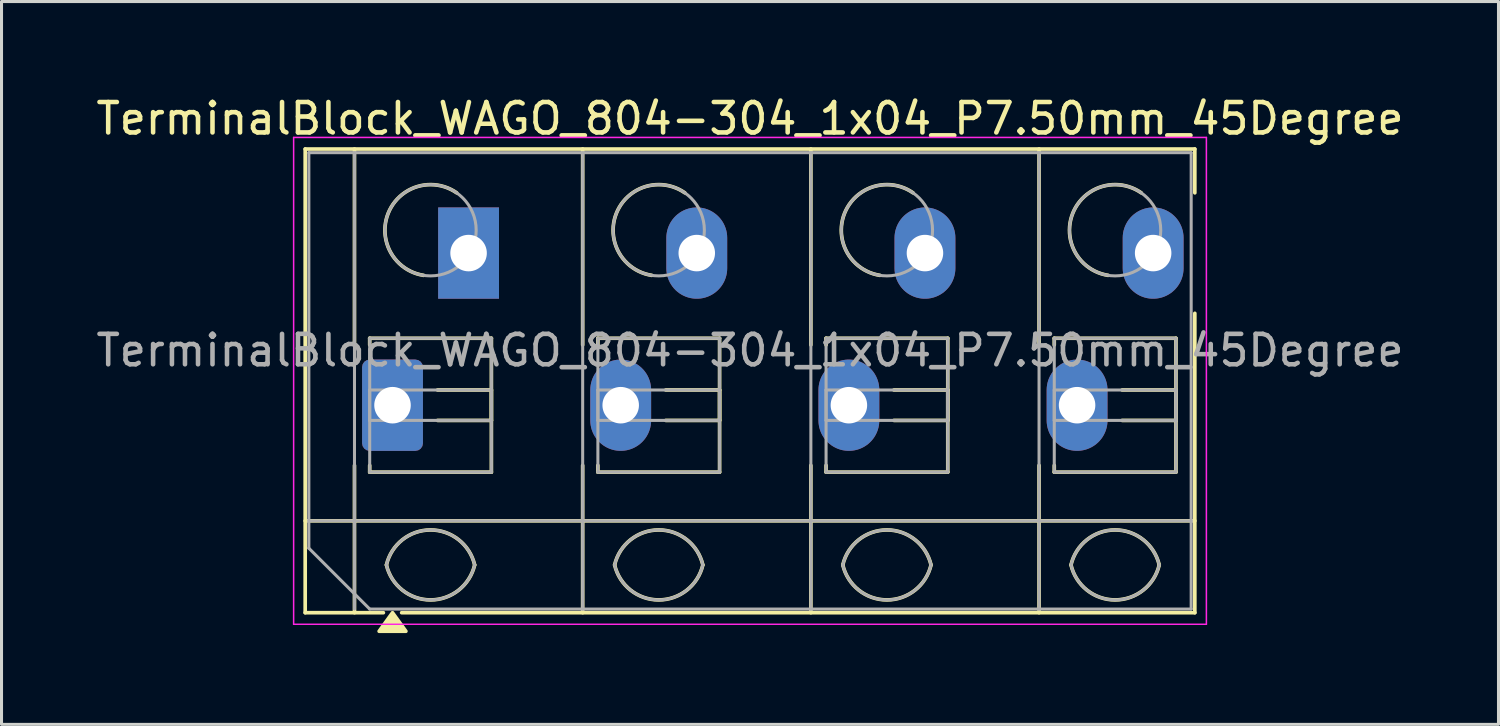
<source format=kicad_pcb>
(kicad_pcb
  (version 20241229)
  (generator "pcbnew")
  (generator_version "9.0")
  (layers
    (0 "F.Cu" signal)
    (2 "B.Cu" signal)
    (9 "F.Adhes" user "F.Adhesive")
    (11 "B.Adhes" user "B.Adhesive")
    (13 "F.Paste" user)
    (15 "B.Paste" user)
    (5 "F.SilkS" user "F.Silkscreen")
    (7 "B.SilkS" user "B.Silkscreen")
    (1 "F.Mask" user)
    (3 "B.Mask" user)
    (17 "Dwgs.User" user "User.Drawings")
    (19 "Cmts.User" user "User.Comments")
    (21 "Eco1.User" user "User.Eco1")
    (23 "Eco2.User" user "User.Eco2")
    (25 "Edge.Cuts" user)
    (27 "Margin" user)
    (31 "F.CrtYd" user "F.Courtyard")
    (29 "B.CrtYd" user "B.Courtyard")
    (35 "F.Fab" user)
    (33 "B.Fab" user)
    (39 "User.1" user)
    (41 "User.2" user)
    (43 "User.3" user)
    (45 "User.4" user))
  (footprint "TerminalBlock_WAGO_804-304_1x04_P7.50mm_45Degree"
    (layer "F.Cu")
    (at 9.851 10.268)
    (property "Reference" "TerminalBlock_WAGO_804-304_1x04_P7.50mm_45Degree" (at 11.75 -9.42 0) (layer "F.SilkS") (effects (font (size 1 1) (thickness 0.15))))
    (attr through_hole)
    (fp_line (start -2.87 -8.42) (end -2.87 6.82) (stroke (width 0.12) (type solid)) (layer "F.SilkS"))
    (fp_line (start -2.87 -8.42) (end 26.37 -8.42) (stroke (width 0.12) (type solid)) (layer "F.SilkS"))
    (fp_line (start -2.87 3.8) (end 26.37 3.8) (stroke (width 0.12) (type solid)) (layer "F.SilkS"))
    (fp_line (start -2.87 6.82) (end -0.3 6.82) (stroke (width 0.12) (type solid)) (layer "F.SilkS"))
    (fp_line (start -1.25 -8.42) (end -1.25 -1.98) (stroke (width 0.12) (type solid)) (layer "F.SilkS"))
    (fp_line (start -1.25 1.98) (end -1.25 6.82) (stroke (width 0.12) (type solid)) (layer "F.SilkS"))
    (fp_line (start -0.75 -2.2) (end -0.75 -1.98) (stroke (width 0.12) (type solid)) (layer "F.SilkS"))
    (fp_line (start -0.75 -2.2) (end 3.25 -2.2) (stroke (width 0.12) (type solid)) (layer "F.SilkS"))
    (fp_line (start -0.75 1.98) (end -0.75 2.2) (stroke (width 0.12) (type solid)) (layer "F.SilkS"))
    (fp_line (start -0.75 2.2) (end 3.25 2.2) (stroke (width 0.12) (type solid)) (layer "F.SilkS"))
    (fp_line (start 0.3 6.82) (end 26.37 6.82) (stroke (width 0.12) (type solid)) (layer "F.SilkS"))
    (fp_line (start 1.48 -0.5) (end 3.25 -0.5) (stroke (width 0.12) (type solid)) (layer "F.SilkS"))
    (fp_line (start 1.48 0.5) (end 3.25 0.5) (stroke (width 0.12) (type solid)) (layer "F.SilkS"))
    (fp_line (start 3.25 -2.2) (end 3.25 2.2) (stroke (width 0.12) (type solid)) (layer "F.SilkS"))
    (fp_line (start 3.25 -0.5) (end 3.25 0.5) (stroke (width 0.12) (type solid)) (layer "F.SilkS"))
    (fp_line (start 6.25 -8.42) (end 6.25 -1.98) (stroke (width 0.12) (type solid)) (layer "F.SilkS"))
    (fp_line (start 6.25 1.98) (end 6.25 6.82) (stroke (width 0.12) (type solid)) (layer "F.SilkS"))
    (fp_line (start 6.75 -2.2) (end 6.75 -1.98) (stroke (width 0.12) (type solid)) (layer "F.SilkS"))
    (fp_line (start 6.75 -2.2) (end 10.75 -2.2) (stroke (width 0.12) (type solid)) (layer "F.SilkS"))
    (fp_line (start 6.75 1.98) (end 6.75 2.2) (stroke (width 0.12) (type solid)) (layer "F.SilkS"))
    (fp_line (start 6.75 2.2) (end 10.75 2.2) (stroke (width 0.12) (type solid)) (layer "F.SilkS"))
    (fp_line (start 8.98 -0.5) (end 10.75 -0.5) (stroke (width 0.12) (type solid)) (layer "F.SilkS"))
    (fp_line (start 8.98 0.5) (end 10.75 0.5) (stroke (width 0.12) (type solid)) (layer "F.SilkS"))
    (fp_line (start 10.75 -2.2) (end 10.75 2.2) (stroke (width 0.12) (type solid)) (layer "F.SilkS"))
    (fp_line (start 10.75 -0.5) (end 10.75 0.5) (stroke (width 0.12) (type solid)) (layer "F.SilkS"))
    (fp_line (start 13.75 -8.42) (end 13.75 -1.98) (stroke (width 0.12) (type solid)) (layer "F.SilkS"))
    (fp_line (start 13.75 1.98) (end 13.75 6.82) (stroke (width 0.12) (type solid)) (layer "F.SilkS"))
    (fp_line (start 14.25 -2.2) (end 14.25 -1.98) (stroke (width 0.12) (type solid)) (layer "F.SilkS"))
    (fp_line (start 14.25 -2.2) (end 18.25 -2.2) (stroke (width 0.12) (type solid)) (layer "F.SilkS"))
    (fp_line (start 14.25 1.98) (end 14.25 2.2) (stroke (width 0.12) (type solid)) (layer "F.SilkS"))
    (fp_line (start 14.25 2.2) (end 18.25 2.2) (stroke (width 0.12) (type solid)) (layer "F.SilkS"))
    (fp_line (start 16.48 -0.5) (end 18.25 -0.5) (stroke (width 0.12) (type solid)) (layer "F.SilkS"))
    (fp_line (start 16.48 0.5) (end 18.25 0.5) (stroke (width 0.12) (type solid)) (layer "F.SilkS"))
    (fp_line (start 18.25 -2.2) (end 18.25 2.2) (stroke (width 0.12) (type solid)) (layer "F.SilkS"))
    (fp_line (start 18.25 -0.5) (end 18.25 0.5) (stroke (width 0.12) (type solid)) (layer "F.SilkS"))
    (fp_line (start 21.25 -8.42) (end 21.25 -1.98) (stroke (width 0.12) (type solid)) (layer "F.SilkS"))
    (fp_line (start 21.25 1.98) (end 21.25 6.82) (stroke (width 0.12) (type solid)) (layer "F.SilkS"))
    (fp_line (start 21.75 -2.2) (end 21.75 -1.98) (stroke (width 0.12) (type solid)) (layer "F.SilkS"))
    (fp_line (start 21.75 -2.2) (end 25.75 -2.2) (stroke (width 0.12) (type solid)) (layer "F.SilkS"))
    (fp_line (start 21.75 1.98) (end 21.75 2.2) (stroke (width 0.12) (type solid)) (layer "F.SilkS"))
    (fp_line (start 21.75 2.2) (end 25.75 2.2) (stroke (width 0.12) (type solid)) (layer "F.SilkS"))
    (fp_line (start 23.98 -0.5) (end 25.75 -0.5) (stroke (width 0.12) (type solid)) (layer "F.SilkS"))
    (fp_line (start 23.98 0.5) (end 25.75 0.5) (stroke (width 0.12) (type solid)) (layer "F.SilkS"))
    (fp_line (start 25.75 -2.2) (end 25.75 2.2) (stroke (width 0.12) (type solid)) (layer "F.SilkS"))
    (fp_line (start 25.75 -0.5) (end 25.75 0.5) (stroke (width 0.12) (type solid)) (layer "F.SilkS"))
    (fp_line (start 26.37 -8.42) (end 26.37 -6.98) (stroke (width 0.12) (type solid)) (layer "F.SilkS"))
    (fp_line (start 26.37 -3.02) (end 26.37 6.82) (stroke (width 0.12) (type solid)) (layer "F.SilkS"))
    (fp_arc (start -0.2 5.25) (mid 1.25 4.1) (end 2.7 5.25) (stroke (width 0.12) (type solid)) (layer "F.SilkS"))
    (fp_arc (start 1.02 -4.268) (mid -0.141916 -6.309209) (end 2.109 -6.98) (stroke (width 0.12) (type solid)) (layer "F.SilkS"))
    (fp_arc (start 2.7 5.25) (mid 1.25 6.4) (end -0.2 5.25) (stroke (width 0.12) (type solid)) (layer "F.SilkS"))
    (fp_arc (start 7.3 5.25) (mid 8.75 4.1) (end 10.2 5.25) (stroke (width 0.12) (type solid)) (layer "F.SilkS"))
    (fp_arc (start 8.52 -4.268) (mid 7.358084 -6.309209) (end 9.609 -6.98) (stroke (width 0.12) (type solid)) (layer "F.SilkS"))
    (fp_arc (start 10.2 5.25) (mid 8.75 6.4) (end 7.3 5.25) (stroke (width 0.12) (type solid)) (layer "F.SilkS"))
    (fp_arc (start 14.8 5.25) (mid 16.25 4.1) (end 17.7 5.25) (stroke (width 0.12) (type solid)) (layer "F.SilkS"))
    (fp_arc (start 16.02 -4.268) (mid 14.858084 -6.309209) (end 17.109 -6.98) (stroke (width 0.12) (type solid)) (layer "F.SilkS"))
    (fp_arc (start 17.7 5.25) (mid 16.25 6.4) (end 14.8 5.25) (stroke (width 0.12) (type solid)) (layer "F.SilkS"))
    (fp_arc (start 22.3 5.25) (mid 23.75 4.1) (end 25.2 5.25) (stroke (width 0.12) (type solid)) (layer "F.SilkS"))
    (fp_arc (start 23.52 -4.268) (mid 22.358084 -6.309209) (end 24.609 -6.98) (stroke (width 0.12) (type solid)) (layer "F.SilkS"))
    (fp_arc (start 25.2 5.25) (mid 23.75 6.4) (end 22.3 5.25) (stroke (width 0.12) (type solid)) (layer "F.SilkS"))
    (fp_poly (pts (xy 0 6.82) (xy 0.44 7.43) (xy -0.44 7.43)) (stroke (width 0.12) (type solid)) (fill yes) (layer "F.SilkS"))
    (fp_line (start -3.25 -8.8) (end -3.25 7.2) (stroke (width 0.05) (type solid)) (layer "F.CrtYd"))
    (fp_line (start -3.25 7.2) (end 26.75 7.2) (stroke (width 0.05) (type solid)) (layer "F.CrtYd"))
    (fp_line (start 26.75 -8.8) (end -3.25 -8.8) (stroke (width 0.05) (type solid)) (layer "F.CrtYd"))
    (fp_line (start 26.75 7.2) (end 26.75 -8.8) (stroke (width 0.05) (type solid)) (layer "F.CrtYd"))
    (fp_line (start -2.75 -8.3) (end 26.25 -8.3) (stroke (width 0.1) (type solid)) (layer "F.Fab"))
    (fp_line (start -2.75 3.8) (end 26.25 3.8) (stroke (width 0.1) (type solid)) (layer "F.Fab"))
    (fp_line (start -2.75 4.7) (end -2.75 -8.3) (stroke (width 0.1) (type solid)) (layer "F.Fab"))
    (fp_line (start -1.25 -8.3) (end -1.25 6.7) (stroke (width 0.1) (type solid)) (layer "F.Fab"))
    (fp_line (start -0.75 -2.2) (end -0.75 2.2) (stroke (width 0.1) (type solid)) (layer "F.Fab"))
    (fp_line (start -0.75 -0.5) (end -0.75 0.5) (stroke (width 0.1) (type solid)) (layer "F.Fab"))
    (fp_line (start -0.75 0.5) (end 3.25 0.5) (stroke (width 0.1) (type solid)) (layer "F.Fab"))
    (fp_line (start -0.75 2.2) (end 3.25 2.2) (stroke (width 0.1) (type solid)) (layer "F.Fab"))
    (fp_line (start -0.75 6.7) (end -2.75 4.7) (stroke (width 0.1) (type solid)) (layer "F.Fab"))
    (fp_line (start 3.25 -2.2) (end -0.75 -2.2) (stroke (width 0.1) (type solid)) (layer "F.Fab"))
    (fp_line (start 3.25 -0.5) (end -0.75 -0.5) (stroke (width 0.1) (type solid)) (layer "F.Fab"))
    (fp_line (start 3.25 0.5) (end 3.25 -0.5) (stroke (width 0.1) (type solid)) (layer "F.Fab"))
    (fp_line (start 3.25 2.2) (end 3.25 -2.2) (stroke (width 0.1) (type solid)) (layer "F.Fab"))
    (fp_line (start 6.25 -8.3) (end 6.25 6.7) (stroke (width 0.1) (type solid)) (layer "F.Fab"))
    (fp_line (start 6.75 -2.2) (end 6.75 2.2) (stroke (width 0.1) (type solid)) (layer "F.Fab"))
    (fp_line (start 6.75 -0.5) (end 6.75 0.5) (stroke (width 0.1) (type solid)) (layer "F.Fab"))
    (fp_line (start 6.75 0.5) (end 10.75 0.5) (stroke (width 0.1) (type solid)) (layer "F.Fab"))
    (fp_line (start 6.75 2.2) (end 10.75 2.2) (stroke (width 0.1) (type solid)) (layer "F.Fab"))
    (fp_line (start 10.75 -2.2) (end 6.75 -2.2) (stroke (width 0.1) (type solid)) (layer "F.Fab"))
    (fp_line (start 10.75 -0.5) (end 6.75 -0.5) (stroke (width 0.1) (type solid)) (layer "F.Fab"))
    (fp_line (start 10.75 0.5) (end 10.75 -0.5) (stroke (width 0.1) (type solid)) (layer "F.Fab"))
    (fp_line (start 10.75 2.2) (end 10.75 -2.2) (stroke (width 0.1) (type solid)) (layer "F.Fab"))
    (fp_line (start 13.75 -8.3) (end 13.75 6.7) (stroke (width 0.1) (type solid)) (layer "F.Fab"))
    (fp_line (start 14.25 -2.2) (end 14.25 2.2) (stroke (width 0.1) (type solid)) (layer "F.Fab"))
    (fp_line (start 14.25 -0.5) (end 14.25 0.5) (stroke (width 0.1) (type solid)) (layer "F.Fab"))
    (fp_line (start 14.25 0.5) (end 18.25 0.5) (stroke (width 0.1) (type solid)) (layer "F.Fab"))
    (fp_line (start 14.25 2.2) (end 18.25 2.2) (stroke (width 0.1) (type solid)) (layer "F.Fab"))
    (fp_line (start 18.25 -2.2) (end 14.25 -2.2) (stroke (width 0.1) (type solid)) (layer "F.Fab"))
    (fp_line (start 18.25 -0.5) (end 14.25 -0.5) (stroke (width 0.1) (type solid)) (layer "F.Fab"))
    (fp_line (start 18.25 0.5) (end 18.25 -0.5) (stroke (width 0.1) (type solid)) (layer "F.Fab"))
    (fp_line (start 18.25 2.2) (end 18.25 -2.2) (stroke (width 0.1) (type solid)) (layer "F.Fab"))
    (fp_line (start 21.25 -8.3) (end 21.25 6.7) (stroke (width 0.1) (type solid)) (layer "F.Fab"))
    (fp_line (start 21.75 -2.2) (end 21.75 2.2) (stroke (width 0.1) (type solid)) (layer "F.Fab"))
    (fp_line (start 21.75 -0.5) (end 21.75 0.5) (stroke (width 0.1) (type solid)) (layer "F.Fab"))
    (fp_line (start 21.75 0.5) (end 25.75 0.5) (stroke (width 0.1) (type solid)) (layer "F.Fab"))
    (fp_line (start 21.75 2.2) (end 25.75 2.2) (stroke (width 0.1) (type solid)) (layer "F.Fab"))
    (fp_line (start 25.75 -2.2) (end 21.75 -2.2) (stroke (width 0.1) (type solid)) (layer "F.Fab"))
    (fp_line (start 25.75 -0.5) (end 21.75 -0.5) (stroke (width 0.1) (type solid)) (layer "F.Fab"))
    (fp_line (start 25.75 0.5) (end 25.75 -0.5) (stroke (width 0.1) (type solid)) (layer "F.Fab"))
    (fp_line (start 25.75 2.2) (end 25.75 -2.2) (stroke (width 0.1) (type solid)) (layer "F.Fab"))
    (fp_line (start 26.25 -8.3) (end 26.25 6.7) (stroke (width 0.1) (type solid)) (layer "F.Fab"))
    (fp_line (start 26.25 6.7) (end -0.75 6.7) (stroke (width 0.1) (type solid)) (layer "F.Fab"))
    (fp_arc (start -0.2 5.25) (mid 1.25 4.1) (end 2.7 5.25) (stroke (width 0.1) (type solid)) (layer "F.Fab"))
    (fp_arc (start 2.7 5.25) (mid 1.25 6.4) (end -0.2 5.25) (stroke (width 0.1) (type solid)) (layer "F.Fab"))
    (fp_arc (start 7.3 5.25) (mid 8.75 4.1) (end 10.2 5.25) (stroke (width 0.1) (type solid)) (layer "F.Fab"))
    (fp_arc (start 10.2 5.25) (mid 8.75 6.4) (end 7.3 5.25) (stroke (width 0.1) (type solid)) (layer "F.Fab"))
    (fp_arc (start 14.8 5.25) (mid 16.25 4.1) (end 17.7 5.25) (stroke (width 0.1) (type solid)) (layer "F.Fab"))
    (fp_arc (start 17.7 5.25) (mid 16.25 6.4) (end 14.8 5.25) (stroke (width 0.1) (type solid)) (layer "F.Fab"))
    (fp_arc (start 22.3 5.25) (mid 23.75 4.1) (end 25.2 5.25) (stroke (width 0.1) (type solid)) (layer "F.Fab"))
    (fp_arc (start 25.2 5.25) (mid 23.75 6.4) (end 22.3 5.25) (stroke (width 0.1) (type solid)) (layer "F.Fab"))
    (fp_circle (center 1.25 -5.75) (end 2.75 -5.75) (stroke (width 0.1) (type solid)) (fill no) (layer "F.Fab"))
    (fp_circle (center 8.75 -5.75) (end 10.25 -5.75) (stroke (width 0.1) (type solid)) (fill no) (layer "F.Fab"))
    (fp_circle (center 16.25 -5.75) (end 17.75 -5.75) (stroke (width 0.1) (type solid)) (fill no) (layer "F.Fab"))
    (fp_circle (center 23.75 -5.75) (end 25.25 -5.75) (stroke (width 0.1) (type solid)) (fill no) (layer "F.Fab"))
    (fp_text user "${REFERENCE}" (at 11.75 -1.8 0) (layer "F.Fab") (effects (font (size 1 1) (thickness 0.15))))
    (pad "1" thru_hole roundrect (at 0 0) (size 2 3) (drill 1.2) (layers "*.Cu" "*.Mask") (roundrect_rratio 0.125))
    (pad "1" thru_hole rect (at 2.5 -5) (size 2 3) (drill 1.2) (layers "*.Cu" "*.Mask"))
    (pad "2" thru_hole oval (at 7.5 0) (size 2 3) (drill 1.2) (layers "*.Cu" "*.Mask"))
    (pad "2" thru_hole oval (at 10 -5) (size 2 3) (drill 1.2) (layers "*.Cu" "*.Mask"))
    (pad "3" thru_hole oval (at 15 0) (size 2 3) (drill 1.2) (layers "*.Cu" "*.Mask"))
    (pad "3" thru_hole oval (at 17.5 -5) (size 2 3) (drill 1.2) (layers "*.Cu" "*.Mask"))
    (pad "4" thru_hole oval (at 22.5 0) (size 2 3) (drill 1.2) (layers "*.Cu" "*.Mask"))
    (pad "4" thru_hole oval (at 25 -5) (size 2 3) (drill 1.2) (layers "*.Cu" "*.Mask")))
  (gr_rect
    (start -3 -3)
    (end 46.202 20.758)
    (stroke (width 0.1) (type default))
    (fill no)
    (layer "Edge.Cuts")))
</source>
